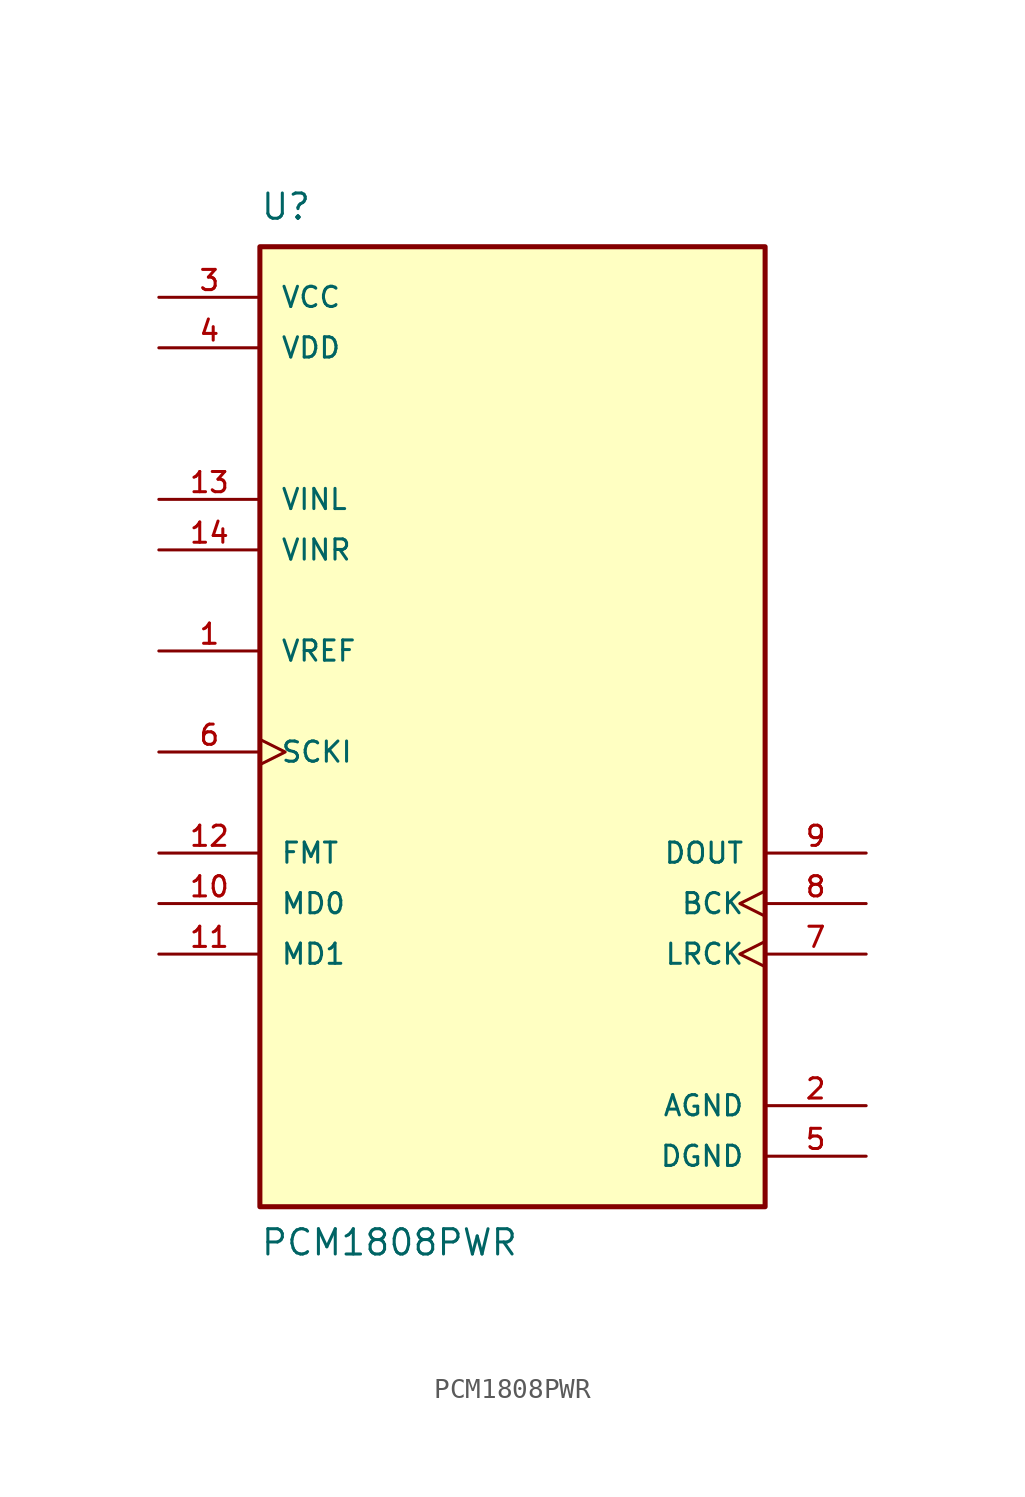
<source format=kicad_sym>
(kicad_symbol_lib
  (version 20211014)
  (generator kicad_symbol_editor)
  (symbol "PCM1808PWR"
    (pin_names
      (offset 1.016))
    (property "Reference" "U"
      (at -12.7 24.13 0.0)
      (effects (font (size 1.27 1.27)) (justify bottom left)))
    (property "Value" "PCM1808PWR"
      (at -12.7 -27.94 0.0)
      (effects (font (size 1.27 1.27)) (justify bottom left)))
    (symbol "PCM1808PWR_0_0"
      (rectangle (start -12.7 -25.4) (end 12.7 22.86) (stroke (width 0.254)) (fill (type background)))
      (pin input line (at -17.78 -7.62 0) (length 5.08) (name "FMT" (effects (font (size 1.016 1.016)))) (number "12" (effects (font (size 1.016 1.016)))))
      (pin input line (at -17.78 -10.16 0) (length 5.08) (name "MD0" (effects (font (size 1.016 1.016)))) (number "10" (effects (font (size 1.016 1.016)))))
      (pin input line (at -17.78 -12.7 0) (length 5.08) (name "MD1" (effects (font (size 1.016 1.016)))) (number "11" (effects (font (size 1.016 1.016)))))
      (pin input clock (at -17.78 -2.54 0) (length 5.08) (name "SCKI" (effects (font (size 1.016 1.016)))) (number "6" (effects (font (size 1.016 1.016)))))
      (pin input line (at -17.78 10.16 0) (length 5.08) (name "VINL" (effects (font (size 1.016 1.016)))) (number "13" (effects (font (size 1.016 1.016)))))
      (pin input line (at -17.78 7.62 0) (length 5.08) (name "VINR" (effects (font (size 1.016 1.016)))) (number "14" (effects (font (size 1.016 1.016)))))
      (pin input line (at -17.78 2.54 0) (length 5.08) (name "VREF" (effects (font (size 1.016 1.016)))) (number "1" (effects (font (size 1.016 1.016)))))
      (pin bidirectional clock (at 17.78 -10.16 180.0) (length 5.08) (name "BCK" (effects (font (size 1.016 1.016)))) (number "8" (effects (font (size 1.016 1.016)))))
      (pin bidirectional clock (at 17.78 -12.7 180.0) (length 5.08) (name "LRCK" (effects (font (size 1.016 1.016)))) (number "7" (effects (font (size 1.016 1.016)))))
      (pin power_in line (at -17.78 20.32 0) (length 5.08) (name "VCC" (effects (font (size 1.016 1.016)))) (number "3" (effects (font (size 1.016 1.016)))))
      (pin power_in line (at -17.78 17.78 0) (length 5.08) (name "VDD" (effects (font (size 1.016 1.016)))) (number "4" (effects (font (size 1.016 1.016)))))
      (pin output line (at 17.78 -7.62 180.0) (length 5.08) (name "DOUT" (effects (font (size 1.016 1.016)))) (number "9" (effects (font (size 1.016 1.016)))))
      (pin power_in line (at 17.78 -20.32 180.0) (length 5.08) (name "AGND" (effects (font (size 1.016 1.016)))) (number "2" (effects (font (size 1.016 1.016)))))
      (pin power_in line (at 17.78 -22.86 180.0) (length 5.08) (name "DGND" (effects (font (size 1.016 1.016)))) (number "5" (effects (font (size 1.016 1.016))))))))
</source>
